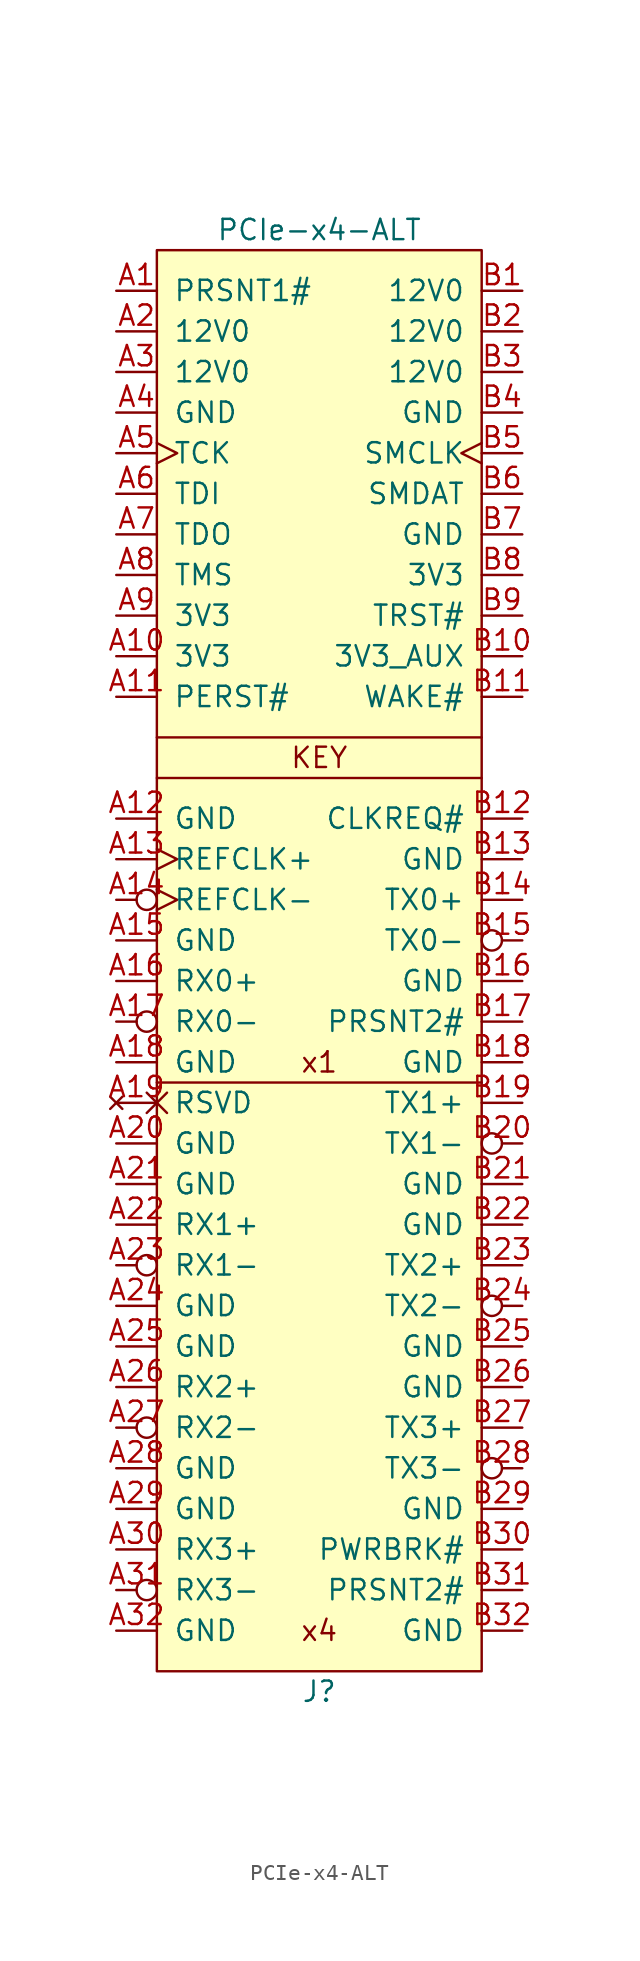
<source format=kicad_sym>
(kicad_symbol_lib
  (version 20201005)
  (generator kicad_symbol_editor)
  (symbol "lethalbit-pcie:PCIe-x4-ALT"
    (pin_names
      (offset 1.016))
    (property "Reference" "J"
      (at 0 -58.42 0)
      (effects (font (size 1.27 1.27))))
    (property "Value" "PCIe-x4-ALT"
      (at 0 33.02 0)
      (effects (font (size 1.27 1.27))))
    (symbol "PCIe-x4-ALT_0_0"
      (text "KEY" (at 0 0 0) (effects (font (size 1.27 1.27))))
      (text "x1" (at 0 -19.05 0) (effects (font (size 1.27 1.27))))
      (text "x4" (at 0 -54.61 0) (effects (font (size 1.27 1.27))))
      (polyline (pts (xy 10.16 -20.32) (xy -10.16 -20.32)) (stroke (width 0)) (fill (type none)))
      (polyline (pts (xy 10.16 1.27) (xy -10.16 1.27)) (stroke (width 0)) (fill (type none))))
    (symbol "PCIe-x4-ALT_0_1"
      (rectangle (start -10.16 -57.15) (end 10.16 31.75) (stroke (width 0)) (fill (type background)))
      (polyline (pts (xy -10.16 -1.27) (xy 10.16 -1.27)) (stroke (width 0)) (fill (type none))))
    (symbol "PCIe-x4-ALT_1_1"
      (pin passive line (at -12.7 29.21 0) (length 2.54) (name "PRSNT1#" (effects (font (size 1.27 1.27)))) (number "A1" (effects (font (size 1.27 1.27)))))
      (pin power_out line (at -12.7 6.35 0) (length 2.54) (name "3V3" (effects (font (size 1.27 1.27)))) (number "A10" (effects (font (size 1.27 1.27)))))
      (pin input line (at -12.7 3.81 0) (length 2.54) (name "PERST#" (effects (font (size 1.27 1.27)))) (number "A11" (effects (font (size 1.27 1.27)))))
      (pin passive line (at -12.7 -3.81 0) (length 2.54) (name "GND" (effects (font (size 1.27 1.27)))) (number "A12" (effects (font (size 1.27 1.27)))))
      (pin input clock (at -12.7 -6.35 0) (length 2.54) (name "REFCLK+" (effects (font (size 1.27 1.27)))) (number "A13" (effects (font (size 1.27 1.27)))))
      (pin input inverted_clock (at -12.7 -8.89 0) (length 2.54) (name "REFCLK-" (effects (font (size 1.27 1.27)))) (number "A14" (effects (font (size 1.27 1.27)))))
      (pin passive line (at -12.7 -11.43 0) (length 2.54) (name "GND" (effects (font (size 1.27 1.27)))) (number "A15" (effects (font (size 1.27 1.27)))))
      (pin input line (at -12.7 -13.97 0) (length 2.54) (name "RX0+" (effects (font (size 1.27 1.27)))) (number "A16" (effects (font (size 1.27 1.27)))))
      (pin input inverted (at -12.7 -16.51 0) (length 2.54) (name "RX0-" (effects (font (size 1.27 1.27)))) (number "A17" (effects (font (size 1.27 1.27)))))
      (pin passive line (at -12.7 -19.05 0) (length 2.54) (name "GND" (effects (font (size 1.27 1.27)))) (number "A18" (effects (font (size 1.27 1.27)))))
      (pin no_connect non_logic (at -12.7 -21.59 0) (length 2.54) (name "RSVD" (effects (font (size 1.27 1.27)))) (number "A19" (effects (font (size 1.27 1.27)))))
      (pin power_out line (at -12.7 26.67 0) (length 2.54) (name "12V0" (effects (font (size 1.27 1.27)))) (number "A2" (effects (font (size 1.27 1.27)))))
      (pin passive line (at -12.7 -24.13 0) (length 2.54) (name "GND" (effects (font (size 1.27 1.27)))) (number "A20" (effects (font (size 1.27 1.27)))))
      (pin passive line (at -12.7 -26.67 0) (length 2.54) (name "GND" (effects (font (size 1.27 1.27)))) (number "A21" (effects (font (size 1.27 1.27)))))
      (pin input line (at -12.7 -29.21 0) (length 2.54) (name "RX1+" (effects (font (size 1.27 1.27)))) (number "A22" (effects (font (size 1.27 1.27)))))
      (pin input inverted (at -12.7 -31.75 0) (length 2.54) (name "RX1-" (effects (font (size 1.27 1.27)))) (number "A23" (effects (font (size 1.27 1.27)))))
      (pin passive line (at -12.7 -34.29 0) (length 2.54) (name "GND" (effects (font (size 1.27 1.27)))) (number "A24" (effects (font (size 1.27 1.27)))))
      (pin passive line (at -12.7 -36.83 0) (length 2.54) (name "GND" (effects (font (size 1.27 1.27)))) (number "A25" (effects (font (size 1.27 1.27)))))
      (pin input line (at -12.7 -39.37 0) (length 2.54) (name "RX2+" (effects (font (size 1.27 1.27)))) (number "A26" (effects (font (size 1.27 1.27)))))
      (pin input inverted (at -12.7 -41.91 0) (length 2.54) (name "RX2-" (effects (font (size 1.27 1.27)))) (number "A27" (effects (font (size 1.27 1.27)))))
      (pin passive line (at -12.7 -44.45 0) (length 2.54) (name "GND" (effects (font (size 1.27 1.27)))) (number "A28" (effects (font (size 1.27 1.27)))))
      (pin passive line (at -12.7 -46.99 0) (length 2.54) (name "GND" (effects (font (size 1.27 1.27)))) (number "A29" (effects (font (size 1.27 1.27)))))
      (pin power_out line (at -12.7 24.13 0) (length 2.54) (name "12V0" (effects (font (size 1.27 1.27)))) (number "A3" (effects (font (size 1.27 1.27)))))
      (pin input line (at -12.7 -49.53 0) (length 2.54) (name "RX3+" (effects (font (size 1.27 1.27)))) (number "A30" (effects (font (size 1.27 1.27)))))
      (pin input inverted (at -12.7 -52.07 0) (length 2.54) (name "RX3-" (effects (font (size 1.27 1.27)))) (number "A31" (effects (font (size 1.27 1.27)))))
      (pin passive line (at -12.7 -54.61 0) (length 2.54) (name "GND" (effects (font (size 1.27 1.27)))) (number "A32" (effects (font (size 1.27 1.27)))))
      (pin power_out line (at -12.7 21.59 0) (length 2.54) (name "GND" (effects (font (size 1.27 1.27)))) (number "A4" (effects (font (size 1.27 1.27)))))
      (pin input clock (at -12.7 19.05 0) (length 2.54) (name "TCK" (effects (font (size 1.27 1.27)))) (number "A5" (effects (font (size 1.27 1.27)))))
      (pin input line (at -12.7 16.51 0) (length 2.54) (name "TDI" (effects (font (size 1.27 1.27)))) (number "A6" (effects (font (size 1.27 1.27)))))
      (pin output line (at -12.7 13.97 0) (length 2.54) (name "TDO" (effects (font (size 1.27 1.27)))) (number "A7" (effects (font (size 1.27 1.27)))))
      (pin input line (at -12.7 11.43 0) (length 2.54) (name "TMS" (effects (font (size 1.27 1.27)))) (number "A8" (effects (font (size 1.27 1.27)))))
      (pin power_out line (at -12.7 8.89 0) (length 2.54) (name "3V3" (effects (font (size 1.27 1.27)))) (number "A9" (effects (font (size 1.27 1.27)))))
      (pin power_out line (at 12.7 29.21 180) (length 2.54) (name "12V0" (effects (font (size 1.27 1.27)))) (number "B1" (effects (font (size 1.27 1.27)))))
      (pin power_out line (at 12.7 6.35 180) (length 2.54) (name "3V3_AUX" (effects (font (size 1.27 1.27)))) (number "B10" (effects (font (size 1.27 1.27)))))
      (pin open_emitter line (at 12.7 3.81 180) (length 2.54) (name "WAKE#" (effects (font (size 1.27 1.27)))) (number "B11" (effects (font (size 1.27 1.27)))))
      (pin open_emitter line (at 12.7 -3.81 180) (length 2.54) (name "CLKREQ#" (effects (font (size 1.27 1.27)))) (number "B12" (effects (font (size 1.27 1.27)))))
      (pin passive line (at 12.7 -6.35 180) (length 2.54) (name "GND" (effects (font (size 1.27 1.27)))) (number "B13" (effects (font (size 1.27 1.27)))))
      (pin output line (at 12.7 -8.89 180) (length 2.54) (name "TX0+" (effects (font (size 1.27 1.27)))) (number "B14" (effects (font (size 1.27 1.27)))))
      (pin output inverted (at 12.7 -11.43 180) (length 2.54) (name "TX0-" (effects (font (size 1.27 1.27)))) (number "B15" (effects (font (size 1.27 1.27)))))
      (pin passive line (at 12.7 -13.97 180) (length 2.54) (name "GND" (effects (font (size 1.27 1.27)))) (number "B16" (effects (font (size 1.27 1.27)))))
      (pin passive line (at 12.7 -16.51 180) (length 2.54) (name "PRSNT2#" (effects (font (size 1.27 1.27)))) (number "B17" (effects (font (size 1.27 1.27)))))
      (pin passive line (at 12.7 -19.05 180) (length 2.54) (name "GND" (effects (font (size 1.27 1.27)))) (number "B18" (effects (font (size 1.27 1.27)))))
      (pin output line (at 12.7 -21.59 180) (length 2.54) (name "TX1+" (effects (font (size 1.27 1.27)))) (number "B19" (effects (font (size 1.27 1.27)))))
      (pin power_out line (at 12.7 26.67 180) (length 2.54) (name "12V0" (effects (font (size 1.27 1.27)))) (number "B2" (effects (font (size 1.27 1.27)))))
      (pin output inverted (at 12.7 -24.13 180) (length 2.54) (name "TX1-" (effects (font (size 1.27 1.27)))) (number "B20" (effects (font (size 1.27 1.27)))))
      (pin passive line (at 12.7 -26.67 180) (length 2.54) (name "GND" (effects (font (size 1.27 1.27)))) (number "B21" (effects (font (size 1.27 1.27)))))
      (pin passive line (at 12.7 -29.21 180) (length 2.54) (name "GND" (effects (font (size 1.27 1.27)))) (number "B22" (effects (font (size 1.27 1.27)))))
      (pin output line (at 12.7 -31.75 180) (length 2.54) (name "TX2+" (effects (font (size 1.27 1.27)))) (number "B23" (effects (font (size 1.27 1.27)))))
      (pin output inverted (at 12.7 -34.29 180) (length 2.54) (name "TX2-" (effects (font (size 1.27 1.27)))) (number "B24" (effects (font (size 1.27 1.27)))))
      (pin passive line (at 12.7 -36.83 180) (length 2.54) (name "GND" (effects (font (size 1.27 1.27)))) (number "B25" (effects (font (size 1.27 1.27)))))
      (pin passive line (at 12.7 -39.37 180) (length 2.54) (name "GND" (effects (font (size 1.27 1.27)))) (number "B26" (effects (font (size 1.27 1.27)))))
      (pin output line (at 12.7 -41.91 180) (length 2.54) (name "TX3+" (effects (font (size 1.27 1.27)))) (number "B27" (effects (font (size 1.27 1.27)))))
      (pin output inverted (at 12.7 -44.45 180) (length 2.54) (name "TX3-" (effects (font (size 1.27 1.27)))) (number "B28" (effects (font (size 1.27 1.27)))))
      (pin passive line (at 12.7 -46.99 180) (length 2.54) (name "GND" (effects (font (size 1.27 1.27)))) (number "B29" (effects (font (size 1.27 1.27)))))
      (pin power_out line (at 12.7 24.13 180) (length 2.54) (name "12V0" (effects (font (size 1.27 1.27)))) (number "B3" (effects (font (size 1.27 1.27)))))
      (pin open_emitter line (at 12.7 -49.53 180) (length 2.54) (name "PWRBRK#" (effects (font (size 1.27 1.27)))) (number "B30" (effects (font (size 1.27 1.27)))))
      (pin passive line (at 12.7 -52.07 180) (length 2.54) (name "PRSNT2#" (effects (font (size 1.27 1.27)))) (number "B31" (effects (font (size 1.27 1.27)))))
      (pin passive line (at 12.7 -54.61 180) (length 2.54) (name "GND" (effects (font (size 1.27 1.27)))) (number "B32" (effects (font (size 1.27 1.27)))))
      (pin passive line (at 12.7 21.59 180) (length 2.54) (name "GND" (effects (font (size 1.27 1.27)))) (number "B4" (effects (font (size 1.27 1.27)))))
      (pin open_emitter clock (at 12.7 19.05 180) (length 2.54) (name "SMCLK" (effects (font (size 1.27 1.27)))) (number "B5" (effects (font (size 1.27 1.27)))))
      (pin open_emitter line (at 12.7 16.51 180) (length 2.54) (name "SMDAT" (effects (font (size 1.27 1.27)))) (number "B6" (effects (font (size 1.27 1.27)))))
      (pin passive line (at 12.7 13.97 180) (length 2.54) (name "GND" (effects (font (size 1.27 1.27)))) (number "B7" (effects (font (size 1.27 1.27)))))
      (pin power_out line (at 12.7 11.43 180) (length 2.54) (name "3V3" (effects (font (size 1.27 1.27)))) (number "B8" (effects (font (size 1.27 1.27)))))
      (pin input line (at 12.7 8.89 180) (length 2.54) (name "TRST#" (effects (font (size 1.27 1.27)))) (number "B9" (effects (font (size 1.27 1.27)))))
      (pin passive line (at 12.7 21.59 180) (length 2.54) hide (name "GND" (effects (font (size 1.27 1.27)))) (number "G1" (effects (font (size 1.27 1.27)))))
      (pin passive line (at 12.7 21.59 180) (length 2.54) hide (name "GND" (effects (font (size 1.27 1.27)))) (number "G2" (effects (font (size 1.27 1.27))))))))
</source>
